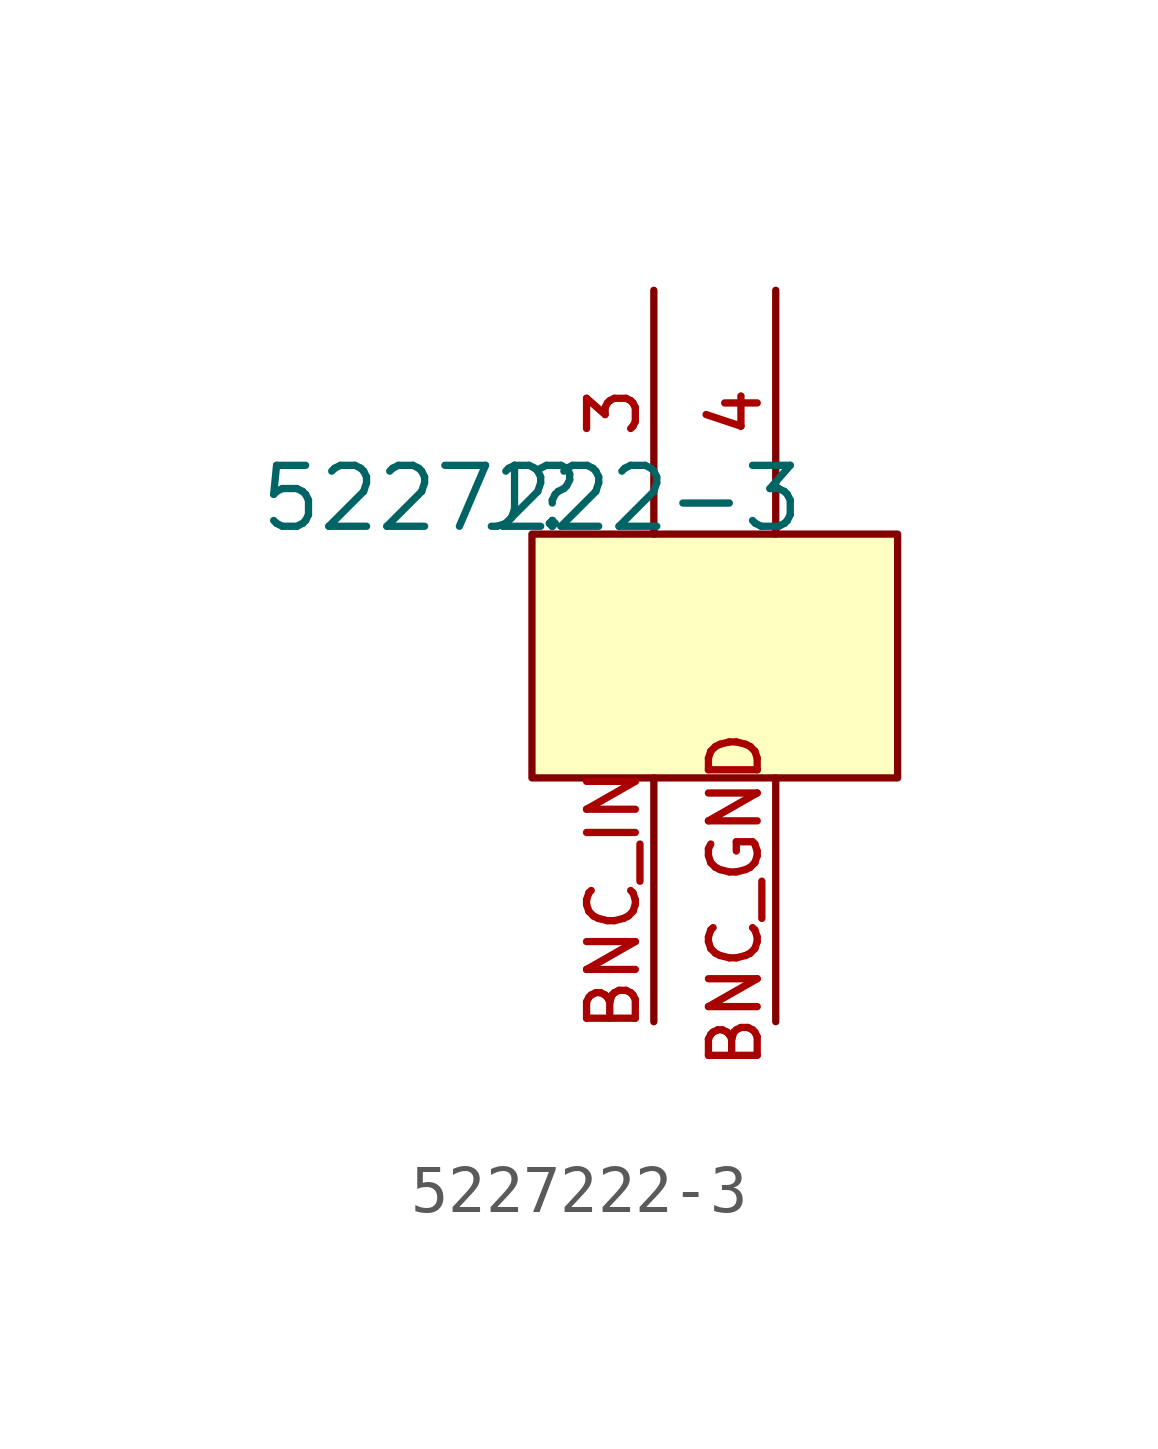
<source format=kicad_sym>
(kicad_symbol_lib
  (version 20211014)
  (generator kicad_symbol_editor)
  (symbol "5227222-3"
    (pin_names
      (offset 1.016))
    (property "Reference" "J"
      (at 0 0 0)
      (effects (font (size 1.27 1.27)) (justify bottom)))
    (property "Value" "5227222-3"
      (at 0 0.0 0)
      (effects (font (size 1.27 1.27)) (justify bottom)))
    (symbol "5227222-3_0_0"
      (rectangle (start -4.4408920985e-16 -5.08) (end 7.62 0.0) (stroke (width 0.152)) (fill (type background)))
      (pin power_in line (at 2.54 -10.16 90.0) (length 5.08) (name "~" (effects (font (size 1.016 1.016)))) (number "BNC_IN" (effects (font (size 1.016 1.016)))))
      (pin power_in line (at 5.08 -10.16 90.0) (length 5.08) (name "~" (effects (font (size 1.016 1.016)))) (number "BNC_GND" (effects (font (size 1.016 1.016)))))
      (pin power_in line (at 2.54 5.08 270.0) (length 5.08) (name "~" (effects (font (size 1.016 1.016)))) (number "3" (effects (font (size 1.016 1.016)))))
      (pin power_in line (at 5.08 5.08 270.0) (length 5.08) (name "~" (effects (font (size 1.016 1.016)))) (number "4" (effects (font (size 1.016 1.016))))))))
</source>
